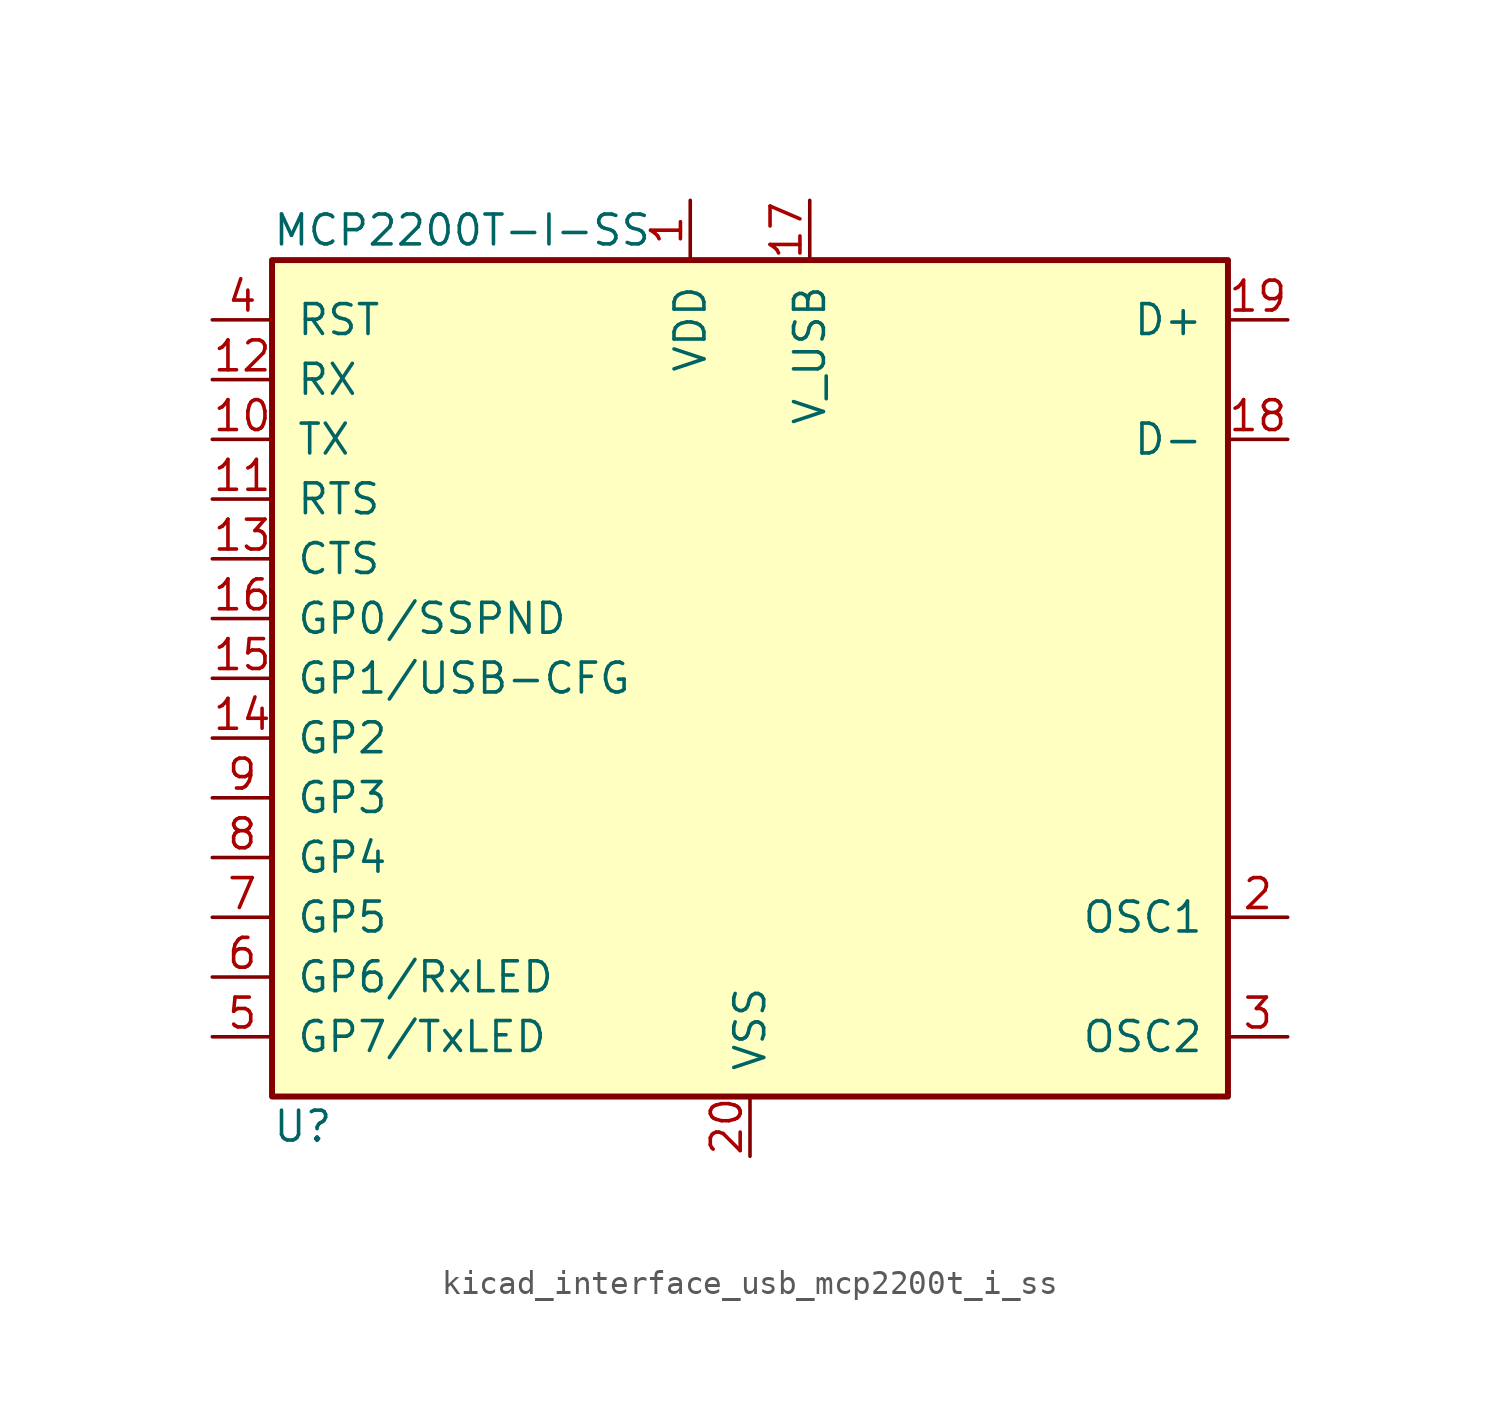
<source format=kicad_sym>
(kicad_symbol_lib
  (version 20220914)
  (generator kicad_symbol_editor)
  (symbol "kicad_interface_usb_mcp2200t_i_ss"
    (pin_names
      (offset 1.016))
    (property "Reference" "U"
      (at -20.32 -19.05 0)
      (effects (font (size 1.27 1.27)) (justify left)))
    (property "Value" "MCP2200T-I-SS"
      (at -20.32 19.05 0)
      (effects (font (size 1.27 1.27)) (justify left)))
    (symbol "kicad_interface_usb_mcp2200t_i_ss_0_1"
      (rectangle (start -20.32 17.78) (end 20.32 -17.78) (stroke (width 0.254) (type default)) (fill (type background))))
    (symbol "kicad_interface_usb_mcp2200t_i_ss_1_1"
      (pin power_in line (at -2.54 20.32 270) (length 2.54) (name "VDD" (effects (font (size 1.27 1.27)))) (number "1" (effects (font (size 1.27 1.27)))))
      (pin output line (at -22.86 10.16 0) (length 2.54) (name "TX" (effects (font (size 1.27 1.27)))) (number "10" (effects (font (size 1.27 1.27)))))
      (pin output line (at -22.86 7.62 0) (length 2.54) (name "RTS" (effects (font (size 1.27 1.27)))) (number "11" (effects (font (size 1.27 1.27)))))
      (pin input line (at -22.86 12.7 0) (length 2.54) (name "RX" (effects (font (size 1.27 1.27)))) (number "12" (effects (font (size 1.27 1.27)))))
      (pin input line (at -22.86 5.08 0) (length 2.54) (name "CTS" (effects (font (size 1.27 1.27)))) (number "13" (effects (font (size 1.27 1.27)))))
      (pin bidirectional line (at -22.86 -2.54 0) (length 2.54) (name "GP2" (effects (font (size 1.27 1.27)))) (number "14" (effects (font (size 1.27 1.27)))))
      (pin bidirectional line (at -22.86 0 0) (length 2.54) (name "GP1/USB-CFG" (effects (font (size 1.27 1.27)))) (number "15" (effects (font (size 1.27 1.27)))))
      (pin bidirectional line (at -22.86 2.54 0) (length 2.54) (name "GP0/SSPND" (effects (font (size 1.27 1.27)))) (number "16" (effects (font (size 1.27 1.27)))))
      (pin power_in line (at 2.54 20.32 270) (length 2.54) (name "V_USB" (effects (font (size 1.27 1.27)))) (number "17" (effects (font (size 1.27 1.27)))))
      (pin bidirectional line (at 22.86 10.16 180) (length 2.54) (name "D-" (effects (font (size 1.27 1.27)))) (number "18" (effects (font (size 1.27 1.27)))))
      (pin bidirectional line (at 22.86 15.24 180) (length 2.54) (name "D+" (effects (font (size 1.27 1.27)))) (number "19" (effects (font (size 1.27 1.27)))))
      (pin input line (at 22.86 -10.16 180) (length 2.54) (name "OSC1" (effects (font (size 1.27 1.27)))) (number "2" (effects (font (size 1.27 1.27)))))
      (pin power_in line (at 0 -20.32 90) (length 2.54) (name "VSS" (effects (font (size 1.27 1.27)))) (number "20" (effects (font (size 1.27 1.27)))))
      (pin output line (at 22.86 -15.24 180) (length 2.54) (name "OSC2" (effects (font (size 1.27 1.27)))) (number "3" (effects (font (size 1.27 1.27)))))
      (pin input line (at -22.86 15.24 0) (length 2.54) (name "RST" (effects (font (size 1.27 1.27)))) (number "4" (effects (font (size 1.27 1.27)))))
      (pin bidirectional line (at -22.86 -15.24 0) (length 2.54) (name "GP7/TxLED" (effects (font (size 1.27 1.27)))) (number "5" (effects (font (size 1.27 1.27)))))
      (pin bidirectional line (at -22.86 -12.7 0) (length 2.54) (name "GP6/RxLED" (effects (font (size 1.27 1.27)))) (number "6" (effects (font (size 1.27 1.27)))))
      (pin bidirectional line (at -22.86 -10.16 0) (length 2.54) (name "GP5" (effects (font (size 1.27 1.27)))) (number "7" (effects (font (size 1.27 1.27)))))
      (pin bidirectional line (at -22.86 -7.62 0) (length 2.54) (name "GP4" (effects (font (size 1.27 1.27)))) (number "8" (effects (font (size 1.27 1.27)))))
      (pin bidirectional line (at -22.86 -5.08 0) (length 2.54) (name "GP3" (effects (font (size 1.27 1.27)))) (number "9" (effects (font (size 1.27 1.27))))))))
</source>
